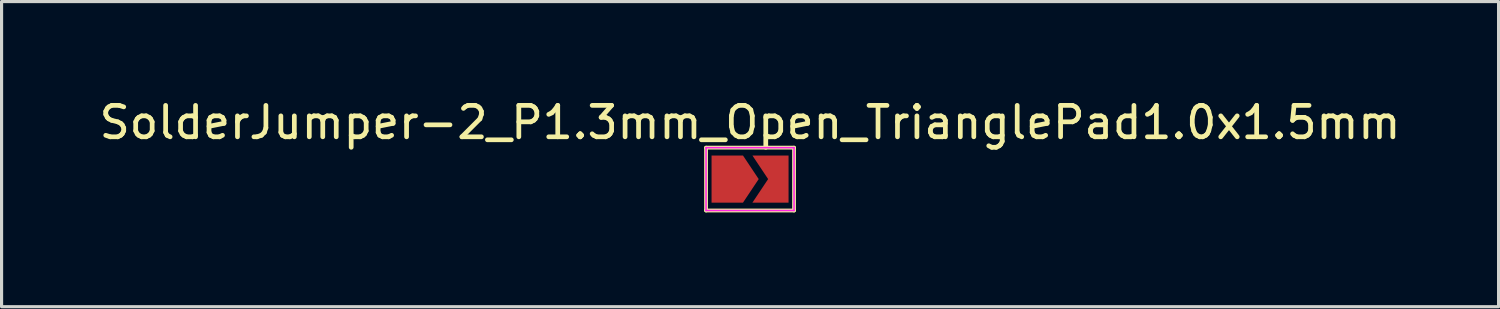
<source format=kicad_pcb>
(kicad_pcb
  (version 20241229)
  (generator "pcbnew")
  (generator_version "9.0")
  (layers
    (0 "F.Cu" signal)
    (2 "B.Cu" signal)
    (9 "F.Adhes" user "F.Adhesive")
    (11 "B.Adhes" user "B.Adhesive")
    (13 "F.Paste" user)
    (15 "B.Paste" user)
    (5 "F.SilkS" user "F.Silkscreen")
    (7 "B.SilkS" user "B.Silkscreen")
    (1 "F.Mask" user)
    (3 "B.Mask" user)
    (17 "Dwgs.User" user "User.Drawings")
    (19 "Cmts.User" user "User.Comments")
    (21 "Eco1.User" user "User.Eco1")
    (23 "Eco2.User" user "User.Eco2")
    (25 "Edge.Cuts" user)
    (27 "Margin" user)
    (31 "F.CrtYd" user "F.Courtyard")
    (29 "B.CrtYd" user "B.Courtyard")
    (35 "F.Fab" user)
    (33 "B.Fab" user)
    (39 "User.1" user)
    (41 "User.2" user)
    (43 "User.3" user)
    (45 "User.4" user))
  (footprint "SolderJumper-2_P1.3mm_Open_TrianglePad1.0x1.5mm"
    (layer "F.Cu")
    (at 20.815 2.648)
    (property "Reference" "SolderJumper-2_P1.3mm_Open_TrianglePad1.0x1.5mm" (at 0 -1.8 0) (layer "F.SilkS") (effects (font (size 1 1) (thickness 0.15))))
    (attr exclude_from_pos_files exclude_from_bom)
    (fp_line (start -1.4 -1) (end 1.4 -1) (stroke (width 0.12) (type solid)) (layer "F.SilkS"))
    (fp_line (start -1.4 1) (end -1.4 -1) (stroke (width 0.12) (type solid)) (layer "F.SilkS"))
    (fp_line (start 1.4 -1) (end 1.4 1) (stroke (width 0.12) (type solid)) (layer "F.SilkS"))
    (fp_line (start 1.4 1) (end -1.4 1) (stroke (width 0.12) (type solid)) (layer "F.SilkS"))
    (fp_line (start -1.4 -1) (end -1.4 1) (stroke (width 0.05) (type solid)) (layer "F.CrtYd"))
    (fp_line (start -1.4 -1) (end 1.4 -1) (stroke (width 0.05) (type solid)) (layer "F.CrtYd"))
    (fp_line (start 1.4 1) (end -1.4 1) (stroke (width 0.05) (type solid)) (layer "F.CrtYd"))
    (fp_line (start 1.4 1) (end 1.4 -1) (stroke (width 0.05) (type solid)) (layer "F.CrtYd"))
    (pad "1" smd custom (at -0.725 0) (size 0.3 0.3) (layers "F.Cu" "F.Mask") (options (anchor rect)) (primitives (gr_poly (pts (xy -0.5 -0.75) (xy 0.5 -0.75) (xy 1 0) (xy 0.5 0.75) (xy -0.5 0.75)) (width 0) (fill yes))))
    (pad "2" smd custom (at 0.725 0) (size 0.3 0.3) (layers "F.Cu" "F.Mask") (options (anchor rect)) (primitives (gr_poly (pts (xy -0.65 -0.75) (xy 0.5 -0.75) (xy 0.5 0.75) (xy -0.65 0.75) (xy -0.15 0)) (width 0) (fill yes)))))
  (gr_rect
    (start -3 -3)
    (end 44.631 6.708)
    (stroke (width 0.1) (type default))
    (fill no)
    (layer "Edge.Cuts")))
</source>
